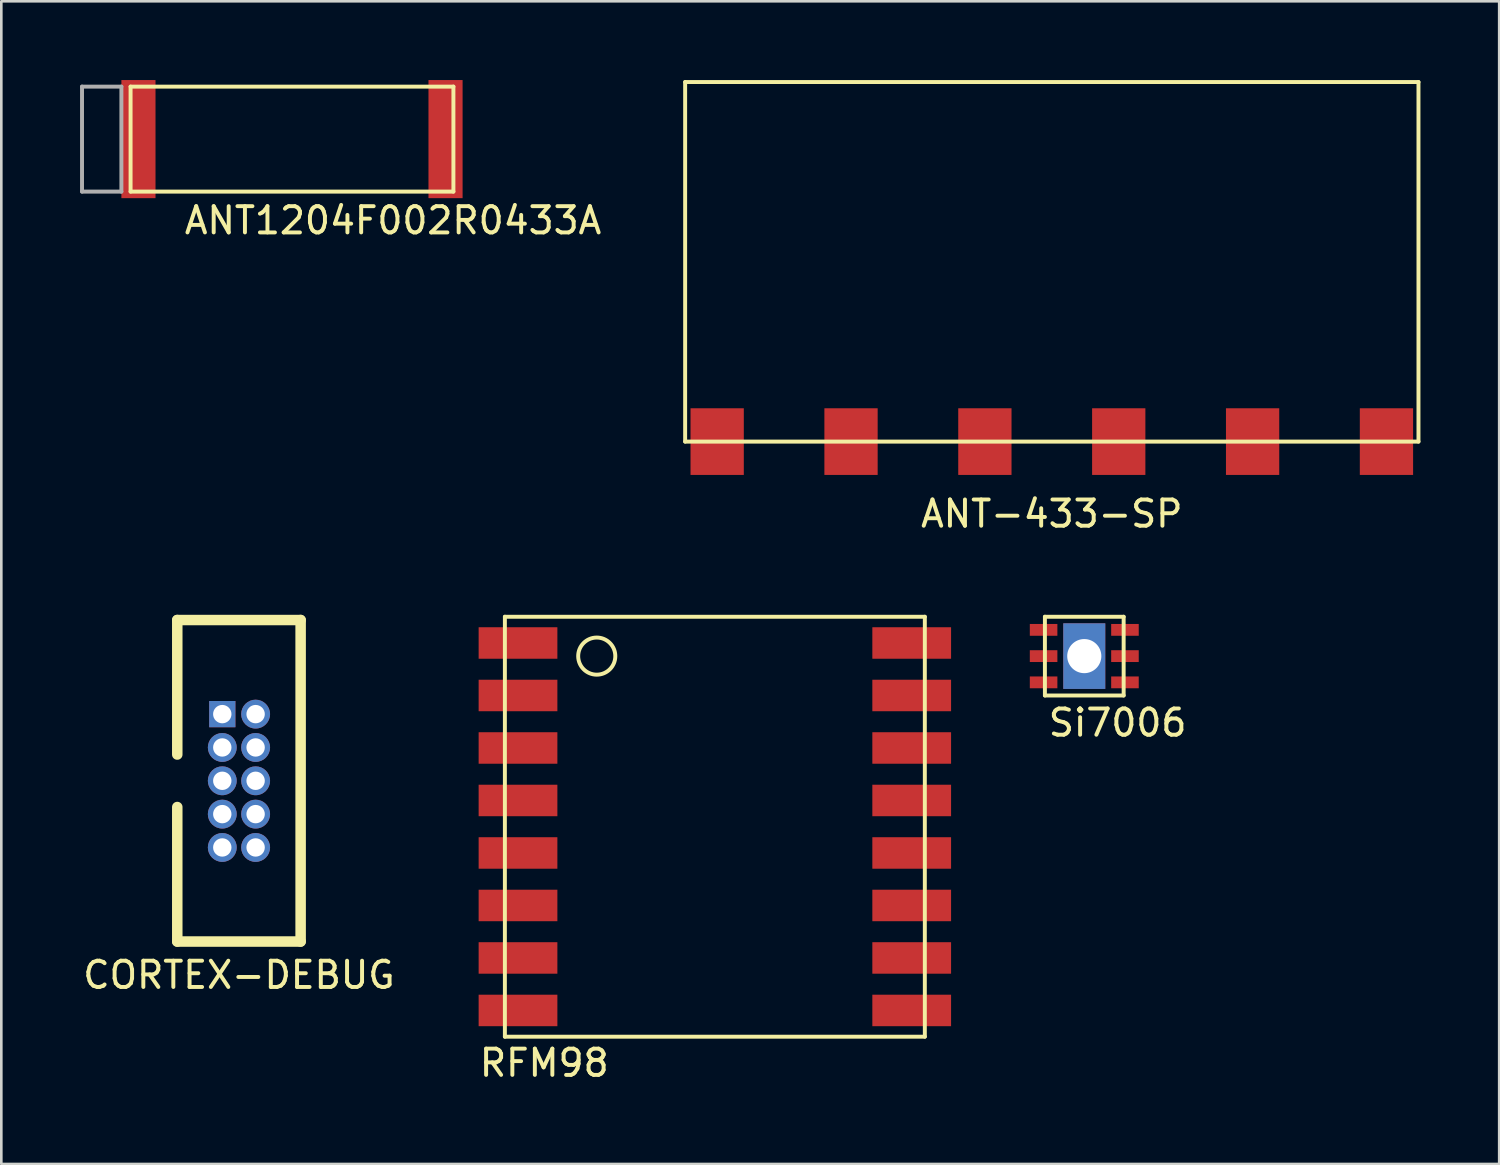
<source format=kicad_pcb>
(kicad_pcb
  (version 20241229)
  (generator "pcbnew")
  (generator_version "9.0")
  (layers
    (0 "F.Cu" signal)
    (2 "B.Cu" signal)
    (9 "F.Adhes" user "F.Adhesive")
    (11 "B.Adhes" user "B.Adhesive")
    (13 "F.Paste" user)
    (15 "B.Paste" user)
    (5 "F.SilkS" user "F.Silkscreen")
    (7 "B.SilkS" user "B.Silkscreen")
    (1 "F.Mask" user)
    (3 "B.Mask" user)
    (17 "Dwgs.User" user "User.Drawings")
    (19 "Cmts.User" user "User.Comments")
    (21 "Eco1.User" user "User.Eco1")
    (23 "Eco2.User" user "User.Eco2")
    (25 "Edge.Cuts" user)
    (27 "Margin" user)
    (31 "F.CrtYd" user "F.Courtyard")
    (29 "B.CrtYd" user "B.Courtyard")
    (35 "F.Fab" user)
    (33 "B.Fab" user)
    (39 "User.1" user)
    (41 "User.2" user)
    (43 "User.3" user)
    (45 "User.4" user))
  (footprint "RFM98"
    (layer "F.Cu")
    (at 24.186 28.448)
    (property "Reference" "RFM98" (at -6.501 9 0) (layer "F.SilkS") (effects (font (size 1 1) (thickness 0.15))))
    (attr through_hole)
    (fp_line (start -8 -8) (end -8 8) (stroke (width 0.15) (type solid)) (layer "F.SilkS"))
    (fp_line (start -8 -8) (end 8 -8) (stroke (width 0.15) (type solid)) (layer "F.SilkS"))
    (fp_line (start 8 -8) (end 8 8) (stroke (width 0.15) (type solid)) (layer "F.SilkS"))
    (fp_line (start 8 8) (end -8 8) (stroke (width 0.15) (type solid)) (layer "F.SilkS"))
    (fp_circle (center -4.5 -6.5) (end -4 -6) (stroke (width 0.15) (type solid)) (fill no) (layer "F.SilkS"))
    (pad "1" smd rect (at -7.5 -7) (size 3 1.2) (layers "F.Cu" "F.Mask" "F.Paste"))
    (pad "2" smd rect (at -7.5 -5) (size 3 1.2) (layers "F.Cu" "F.Mask" "F.Paste"))
    (pad "3" smd rect (at -7.5 -3) (size 3 1.2) (layers "F.Cu" "F.Mask" "F.Paste"))
    (pad "4" smd rect (at -7.5 -1) (size 3 1.2) (layers "F.Cu" "F.Mask" "F.Paste"))
    (pad "5" smd rect (at -7.5 1) (size 3 1.2) (layers "F.Cu" "F.Mask" "F.Paste"))
    (pad "6" smd rect (at -7.5 3) (size 3 1.2) (layers "F.Cu" "F.Mask" "F.Paste"))
    (pad "7" smd rect (at -7.5 5) (size 3 1.2) (layers "F.Cu" "F.Mask" "F.Paste"))
    (pad "8" smd rect (at -7.5 7) (size 3 1.2) (layers "F.Cu" "F.Mask" "F.Paste"))
    (pad "9" smd rect (at 9 7) (size 3 1.2) (drill (offset -1.5 0)) (layers "F.Cu" "F.Mask" "F.Paste"))
    (pad "10" smd rect (at 7.5 5) (size 3 1.2) (layers "F.Cu" "F.Mask" "F.Paste"))
    (pad "11" smd rect (at 7.5 3) (size 3 1.2) (layers "F.Cu" "F.Mask" "F.Paste"))
    (pad "12" smd rect (at 7.5 1) (size 3 1.2) (layers "F.Cu" "F.Mask" "F.Paste"))
    (pad "13" smd rect (at 7.5 -1) (size 3 1.2) (layers "F.Cu" "F.Mask" "F.Paste"))
    (pad "14" smd rect (at 7.5 -3) (size 3 1.2) (layers "F.Cu" "F.Mask" "F.Paste"))
    (pad "15" smd rect (at 7.5 -5) (size 3 1.2) (layers "F.Cu" "F.Mask" "F.Paste"))
    (pad "16" smd rect (at 7.5 -7) (size 3 1.2) (layers "F.Cu" "F.Mask" "F.Paste")))
  (footprint "Si7006"
    (layer "F.Cu")
    (at 38.261 21.948)
    (property "Reference" "Si7006" (at 1.27 2.54 0) (layer "F.SilkS") (effects (font (size 1 1) (thickness 0.15))))
    (attr through_hole)
    (fp_line (start -1.5 -1.5) (end 1.5 -1.5) (stroke (width 0.15) (type solid)) (layer "F.SilkS"))
    (fp_line (start -1.5 1.5) (end -1.5 -1.5) (stroke (width 0.15) (type solid)) (layer "F.SilkS"))
    (fp_line (start 1.5 -1.5) (end 1.5 1.5) (stroke (width 0.15) (type solid)) (layer "F.SilkS"))
    (fp_line (start 1.5 1.5) (end -1.5 1.5) (stroke (width 0.15) (type solid)) (layer "F.SilkS"))
    (pad "" thru_hole rect (at 0 0) (size 1.6 2.5) (drill 1.3) (layers "*.Cu" "*.Mask"))
    (pad "1" smd rect (at -1.55 -1) (size 1.05 0.45) (layers "F.Cu" "F.Mask" "F.Paste"))
    (pad "2" smd rect (at -1.55 0) (size 1.05 0.45) (layers "F.Cu" "F.Mask" "F.Paste"))
    (pad "3" smd rect (at -1.55 1) (size 1.05 0.45) (layers "F.Cu" "F.Mask" "F.Paste"))
    (pad "4" smd rect (at 1.55 1) (size 1.05 0.45) (layers "F.Cu" "F.Mask" "F.Paste"))
    (pad "5" smd rect (at 1.55 0) (size 1.05 0.45) (layers "F.Cu" "F.Mask" "F.Paste"))
    (pad "6" smd rect (at 1.55 -1) (size 1.05 0.45) (layers "F.Cu" "F.Mask" "F.Paste")))
  (footprint "ANT1204F002R0433A"
    (layer "F.Cu")
    (at 8.075 2.25)
    (property "Reference" "ANT1204F002R0433A" (at 3.85 3.1 0) (layer "F.SilkS") (effects (font (size 1 1) (thickness 0.15))))
    (attr through_hole)
    (fp_line (start -6.15 -2) (end 6.15 -2) (stroke (width 0.15) (type solid)) (layer "F.SilkS"))
    (fp_line (start -6.15 2) (end -6.15 -2) (stroke (width 0.15) (type solid)) (layer "F.SilkS"))
    (fp_line (start 6.15 -2) (end 6.15 2) (stroke (width 0.15) (type solid)) (layer "F.SilkS"))
    (fp_line (start 6.15 2) (end -6.15 2) (stroke (width 0.15) (type solid)) (layer "F.SilkS"))
    (fp_line (start -8 -2) (end -8 2) (stroke (width 0.15) (type solid)) (layer "F.Fab"))
    (fp_line (start -8 2) (end -6.5 2) (stroke (width 0.15) (type solid)) (layer "F.Fab"))
    (fp_line (start -6.5 -2) (end -8 -2) (stroke (width 0.15) (type solid)) (layer "F.Fab"))
    (fp_line (start -6.5 2) (end -6.5 -2) (stroke (width 0.15) (type solid)) (layer "F.Fab"))
    (pad "" smd rect (at 5.85 0) (size 1.3 4.5) (layers "F.Cu" "F.Mask" "F.Paste"))
    (pad "1" smd rect (at -6.5 0) (size 1.3 4.5) (drill (offset 0.65 0)) (layers "F.Cu" "F.Mask" "F.Paste")))
  (footprint "CORTEX-DEBUG"
    (layer "F.Cu")
    (at 6.054 26.698)
    (property "Reference" "CORTEX-DEBUG" (at 0 7.4 0) (layer "F.SilkS") (effects (font (size 1 1) (thickness 0.15))))
    (attr through_hole)
    (fp_line (start -2.35 -6.125) (end -2.35 -1) (stroke (width 0.4) (type solid)) (layer "F.SilkS"))
    (fp_line (start -2.35 -6.125) (end 2.35 -6.125) (stroke (width 0.4) (type solid)) (layer "F.SilkS"))
    (fp_line (start -2.35 1) (end -2.35 6.125) (stroke (width 0.4) (type solid)) (layer "F.SilkS"))
    (fp_line (start -2.35 6.125) (end 2.35 6.125) (stroke (width 0.4) (type solid)) (layer "F.SilkS"))
    (fp_line (start 2.35 -6.125) (end 2.35 6.125) (stroke (width 0.4) (type solid)) (layer "F.SilkS"))
    (pad "1" thru_hole rect (at -0.635 -2.54) (size 1 1) (drill 0.7) (layers "*.Cu" "*.Mask"))
    (pad "2" thru_hole circle (at 0.635 -2.54) (size 1.1 1.1) (drill 0.7) (layers "*.Cu" "*.Mask"))
    (pad "3" thru_hole circle (at -0.635 -1.27) (size 1.1 1.1) (drill 0.7) (layers "*.Cu" "*.Mask"))
    (pad "4" thru_hole circle (at 0.635 -1.27) (size 1.1 1.1) (drill 0.7) (layers "*.Cu" "*.Mask"))
    (pad "5" thru_hole circle (at -0.635 0) (size 1.1 1.1) (drill 0.7) (layers "*.Cu" "*.Mask"))
    (pad "6" thru_hole circle (at 0.635 0) (size 1.1 1.1) (drill 0.7) (layers "*.Cu" "*.Mask"))
    (pad "7" thru_hole circle (at -0.635 1.27) (size 1.1 1.1) (drill 0.7) (layers "*.Cu" "*.Mask"))
    (pad "8" thru_hole circle (at 0.635 1.27) (size 1.1 1.1) (drill 0.7) (layers "*.Cu" "*.Mask"))
    (pad "9" thru_hole circle (at -0.635 2.54) (size 1.1 1.1) (drill 0.7) (layers "*.Cu" "*.Mask"))
    (pad "10" thru_hole circle (at 0.635 2.54) (size 1.1 1.1) (drill 0.7) (layers "*.Cu" "*.Mask")))
  (footprint "ANT-433-SP"
    (layer "F.Cu")
    (at 37.024 13.775)
    (property "Reference" "ANT-433-SP" (at 0 2.75 0) (layer "F.SilkS") (effects (font (size 1 1) (thickness 0.15))))
    (attr through_hole)
    (fp_line (start -13.97 -13.7) (end -13.97 0) (stroke (width 0.15) (type solid)) (layer "F.SilkS"))
    (fp_line (start -13.97 -13.7) (end 13.97 -13.7) (stroke (width 0.15) (type solid)) (layer "F.SilkS"))
    (fp_line (start -13.97 0) (end 13.97 0) (stroke (width 0.15) (type solid)) (layer "F.SilkS"))
    (fp_line (start 13.97 -13.7) (end 13.97 0) (stroke (width 0.15) (type solid)) (layer "F.SilkS"))
    (pad "1" smd rect (at -12.75 0) (size 2.03 2.54) (layers "F.Cu" "F.Mask" "F.Paste"))
    (pad "2" smd rect (at -7.65 0) (size 2.03 2.54) (layers "F.Cu" "F.Mask" "F.Paste"))
    (pad "2" smd rect (at -2.55 0) (size 2.03 2.54) (layers "F.Cu" "F.Mask" "F.Paste"))
    (pad "2" smd rect (at 2.55 0 180) (size 2.03 2.54) (layers "F.Cu" "F.Mask" "F.Paste"))
    (pad "2" smd rect (at 7.65 0) (size 2.03 2.54) (layers "F.Cu" "F.Mask" "F.Paste"))
    (pad "2" smd rect (at 12.75 0) (size 2.03 2.54) (layers "F.Cu" "F.Mask" "F.Paste")))
  (gr_rect
    (start -3 -3)
    (end 54.069 41.297)
    (stroke (width 0.1) (type default))
    (fill no)
    (layer "Edge.Cuts")))
</source>
